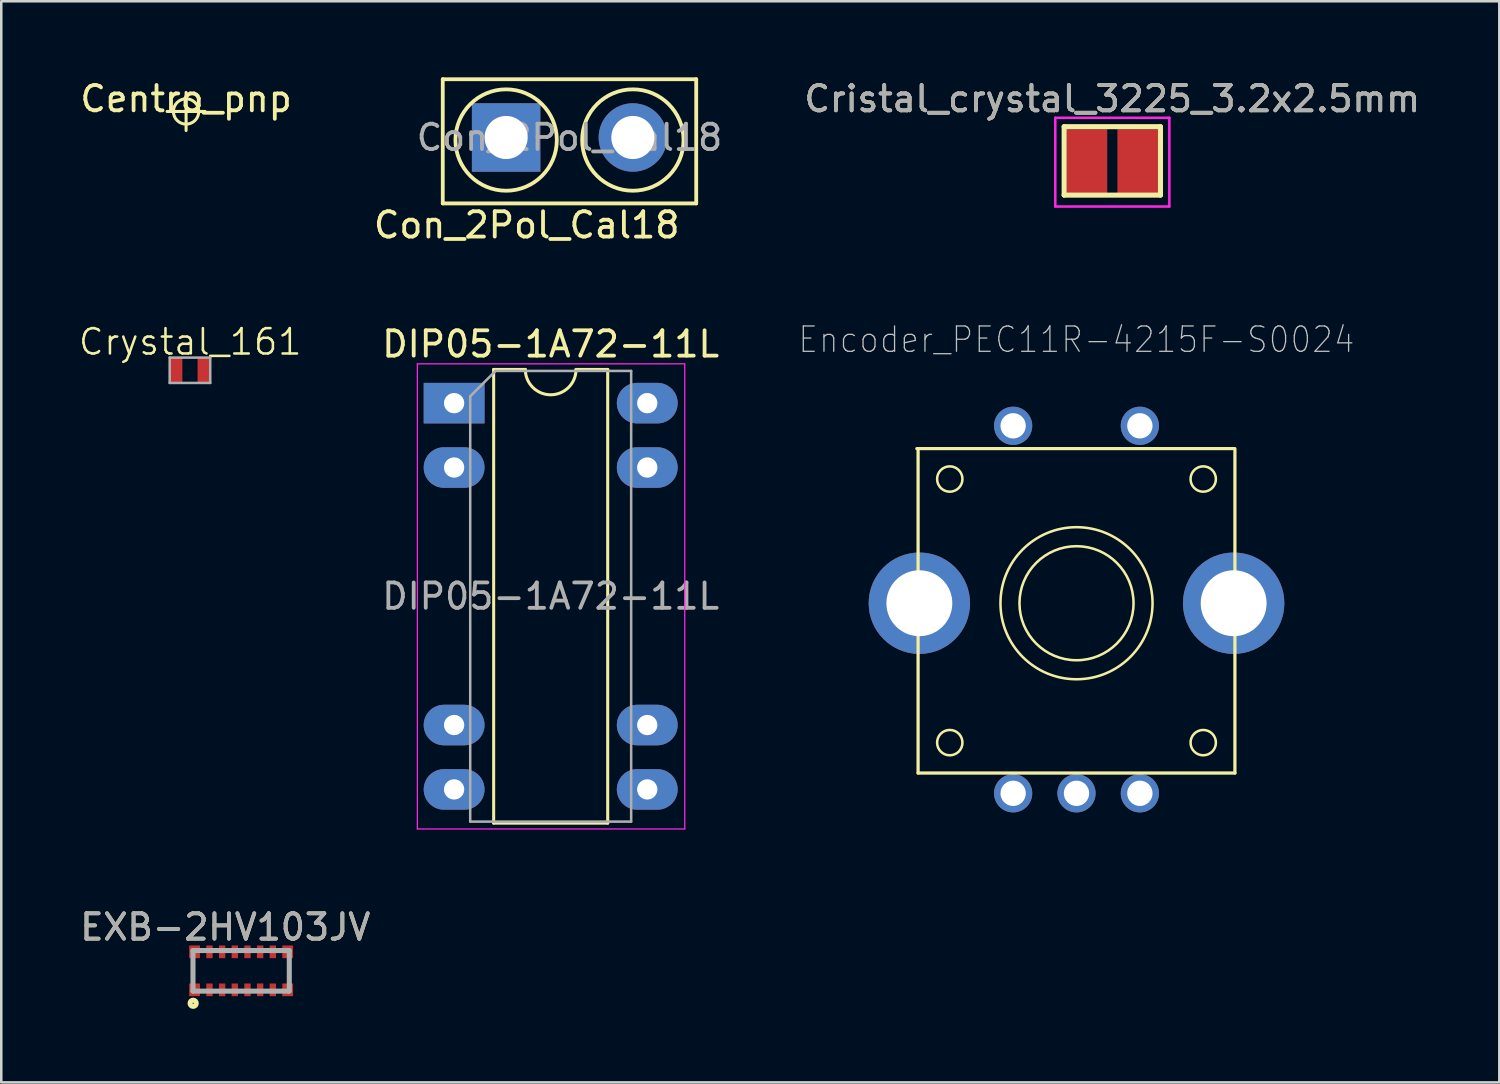
<source format=kicad_pcb>
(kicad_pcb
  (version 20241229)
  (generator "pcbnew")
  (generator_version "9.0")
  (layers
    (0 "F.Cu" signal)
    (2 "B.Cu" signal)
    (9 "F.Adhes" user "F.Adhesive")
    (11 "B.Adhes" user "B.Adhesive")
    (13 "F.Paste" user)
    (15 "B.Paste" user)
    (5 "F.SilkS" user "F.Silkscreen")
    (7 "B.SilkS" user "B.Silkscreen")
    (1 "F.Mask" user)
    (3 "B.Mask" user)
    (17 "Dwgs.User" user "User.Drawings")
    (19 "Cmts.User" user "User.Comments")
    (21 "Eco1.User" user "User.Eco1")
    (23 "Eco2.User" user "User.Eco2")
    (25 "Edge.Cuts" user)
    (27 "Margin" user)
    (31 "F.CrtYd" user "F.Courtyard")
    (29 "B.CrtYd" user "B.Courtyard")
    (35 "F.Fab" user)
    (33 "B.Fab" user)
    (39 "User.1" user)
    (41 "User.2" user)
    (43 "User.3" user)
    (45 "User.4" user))
  (footprint "Crystal_161"
    (layer "F.Cu")
    (at 4.445 11.558)
    (property "Reference" "Crystal_161" (at 0.01 -1.12 0) (layer "F.SilkS") (effects (font (size 1 1) (thickness 0.1))))
    (attr smd)
    (fp_line (start -0.8 -0.5) (end 0.8 -0.5) (stroke (width 0.1) (type solid)) (layer "F.Fab"))
    (fp_line (start -0.8 0.5) (end -0.8 -0.5) (stroke (width 0.1) (type solid)) (layer "F.Fab"))
    (fp_line (start 0.8 -0.5) (end 0.8 0.5) (stroke (width 0.1) (type solid)) (layer "F.Fab"))
    (fp_line (start 0.8 0.5) (end -0.8 0.5) (stroke (width 0.1) (type solid)) (layer "F.Fab"))
    (pad "1" smd rect (at -0.55 0) (size 0.5 1) (layers "F.Cu" "F.Mask" "F.Paste"))
    (pad "2" smd rect (at 0.55 0) (size 0.5 1) (layers "F.Cu" "F.Mask" "F.Paste")))
  (footprint "DIP05-1A72-11L"
    (layer "F.Cu")
    (at 14.867 12.856)
    (property "Reference" "DIP05-1A72-11L" (at 3.81 -2.33 0) (layer "F.SilkS") (effects (font (size 1 1) (thickness 0.15))))
    (attr through_hole)
    (fp_line (start 1.56 -1.33) (end 1.56 16.57) (stroke (width 0.12) (type solid)) (layer "F.SilkS"))
    (fp_line (start 1.56 16.57) (end 6.06 16.57) (stroke (width 0.12) (type solid)) (layer "F.SilkS"))
    (fp_line (start 2.81 -1.33) (end 1.56 -1.33) (stroke (width 0.12) (type solid)) (layer "F.SilkS"))
    (fp_line (start 6.06 -1.33) (end 4.81 -1.33) (stroke (width 0.12) (type solid)) (layer "F.SilkS"))
    (fp_line (start 6.06 16.57) (end 6.06 -1.33) (stroke (width 0.12) (type solid)) (layer "F.SilkS"))
    (fp_arc (start 4.81 -1.33) (mid 3.81 -0.33) (end 2.81 -1.33) (stroke (width 0.12) (type solid)) (layer "F.SilkS"))
    (fp_line (start -1.45 -1.55) (end -1.45 16.8) (stroke (width 0.05) (type solid)) (layer "F.CrtYd"))
    (fp_line (start -1.45 16.8) (end 9.1 16.8) (stroke (width 0.05) (type solid)) (layer "F.CrtYd"))
    (fp_line (start 9.1 -1.55) (end -1.45 -1.55) (stroke (width 0.05) (type solid)) (layer "F.CrtYd"))
    (fp_line (start 9.1 16.8) (end 9.1 -1.55) (stroke (width 0.05) (type solid)) (layer "F.CrtYd"))
    (fp_line (start 0.635 -0.27) (end 1.635 -1.27) (stroke (width 0.1) (type solid)) (layer "F.Fab"))
    (fp_line (start 0.635 16.51) (end 0.635 -0.27) (stroke (width 0.1) (type solid)) (layer "F.Fab"))
    (fp_line (start 1.635 -1.27) (end 6.985 -1.27) (stroke (width 0.1) (type solid)) (layer "F.Fab"))
    (fp_line (start 6.985 -1.27) (end 6.985 16.51) (stroke (width 0.1) (type solid)) (layer "F.Fab"))
    (fp_line (start 6.985 16.51) (end 0.635 16.51) (stroke (width 0.1) (type solid)) (layer "F.Fab"))
    (fp_text user "${REFERENCE}" (at 3.81 7.62 0) (layer "F.Fab") (effects (font (size 1 1) (thickness 0.15))))
    (pad "1" thru_hole rect (at 0 0) (size 2.4 1.6) (drill 0.8) (layers "*.Cu" "*.Mask"))
    (pad "2" thru_hole oval (at 0 2.54) (size 2.4 1.6) (drill 0.8) (layers "*.Cu" "*.Mask"))
    (pad "6" thru_hole oval (at 0 12.7) (size 2.4 1.6) (drill 0.8) (layers "*.Cu" "*.Mask"))
    (pad "7" thru_hole oval (at 0 15.24) (size 2.4 1.6) (drill 0.8) (layers "*.Cu" "*.Mask"))
    (pad "8" thru_hole oval (at 7.62 15.24) (size 2.4 1.6) (drill 0.8) (layers "*.Cu" "*.Mask"))
    (pad "9" thru_hole oval (at 7.62 12.7) (size 2.4 1.6) (drill 0.8) (layers "*.Cu" "*.Mask"))
    (pad "13" thru_hole oval (at 7.62 2.54) (size 2.4 1.6) (drill 0.8) (layers "*.Cu" "*.Mask"))
    (pad "14" thru_hole oval (at 7.62 0) (size 2.4 1.6) (drill 0.8) (layers "*.Cu" "*.Mask")))
  (footprint "Con_2Pol_Cal18"
    (layer "F.Cu")
    (at 16.919 2.375)
    (property "Reference" "Con_2Pol_Cal18" (at 0.813 3.454 0) (layer "F.SilkS") (effects (font (size 1 1) (thickness 0.15))))
    (attr through_hole)
    (fp_line (start -2.5 -2.3) (end -2.5 2.6) (stroke (width 0.15) (type solid)) (layer "F.SilkS"))
    (fp_line (start -2.5 -2.3) (end 7.5 -2.3) (stroke (width 0.15) (type solid)) (layer "F.SilkS"))
    (fp_line (start -2.5 2.6) (end 7.5 2.6) (stroke (width 0.15) (type solid)) (layer "F.SilkS"))
    (fp_line (start 7.5 -2.3) (end 7.5 2.6) (stroke (width 0.15) (type solid)) (layer "F.SilkS"))
    (fp_circle (center 0 0.1) (end 2 0.1) (stroke (width 0.15) (type solid)) (fill no) (layer "F.SilkS"))
    (fp_circle (center 5 0.1) (end 3 0.1) (stroke (width 0.15) (type solid)) (fill no) (layer "F.SilkS"))
    (fp_text user "${REFERENCE}" (at 2.5 0 0) (layer "F.Fab") (effects (font (size 1 1) (thickness 0.15))))
    (pad "1" thru_hole rect (at 0 0) (size 2.7 2.7) (drill 1.7) (layers "*.Cu" "*.Mask"))
    (pad "2" thru_hole circle (at 5 0) (size 2.7 2.7) (drill 1.7) (layers "*.Cu" "*.Mask")))
  (footprint "Centro_pnp"
    (layer "F.Cu")
    (at 4.292 1.348)
    (property "Reference" "Centro_pnp" (at 0 -0.5 0) (unlocked yes) (layer "F.SilkS") (effects (font (size 1 1) (thickness 0.15))))
    (attr smd)
    (fp_line (start -0.75 0) (end 0.75 0) (stroke (width 0.12) (type solid)) (layer "F.SilkS"))
    (fp_line (start 0 -0.75) (end 0 0.75) (stroke (width 0.12) (type solid)) (layer "F.SilkS"))
    (fp_circle (center 0 0) (end 0.5 0) (stroke (width 0.12) (type solid)) (fill no) (layer "F.SilkS")))
  (footprint "EXB-2HV103JV"
    (layer "F.Cu")
    (at 6.464 35.254)
    (property "Reference" "EXB-2HV103JV" (at -0.625 -1.725 0) (layer "F.SilkS") (effects (font (size 1 1) (thickness 0.15))))
    (attr smd)
    (fp_circle (center -1.893 1.28) (end -1.893 1.302) (stroke (width 0.2) (type solid)) (fill no) (layer "F.SilkS"))
    (fp_line (start -1.9 -0.8) (end 1.9 -0.8) (stroke (width 0.2) (type solid)) (layer "F.Fab"))
    (fp_line (start -1.9 0.8) (end -1.9 -0.8) (stroke (width 0.2) (type solid)) (layer "F.Fab"))
    (fp_line (start 1.9 -0.8) (end 1.9 0.8) (stroke (width 0.2) (type solid)) (layer "F.Fab"))
    (fp_line (start 1.9 0.8) (end -1.9 0.8) (stroke (width 0.2) (type solid)) (layer "F.Fab"))
    (fp_text user "${REFERENCE}" (at -0.625 -1.725 0) (layer "F.Fab") (effects (font (size 1 1) (thickness 0.15))))
    (pad "1" smd rect (at -1.837 0.75) (size 0.425 0.5) (layers "F.Cu" "F.Mask" "F.Paste"))
    (pad "2" smd rect (at -1.25 0.75) (size 0.25 0.5) (layers "F.Cu" "F.Mask" "F.Paste"))
    (pad "3" smd rect (at -0.75 0.75) (size 0.25 0.5) (layers "F.Cu" "F.Mask" "F.Paste"))
    (pad "4" smd rect (at -0.25 0.75) (size 0.25 0.5) (layers "F.Cu" "F.Mask" "F.Paste"))
    (pad "5" smd rect (at 0.25 0.75) (size 0.25 0.5) (layers "F.Cu" "F.Mask" "F.Paste"))
    (pad "6" smd rect (at 0.75 0.75) (size 0.25 0.5) (layers "F.Cu" "F.Mask" "F.Paste"))
    (pad "7" smd rect (at 1.25 0.75) (size 0.25 0.5) (layers "F.Cu" "F.Mask" "F.Paste"))
    (pad "8" smd rect (at 1.837 0.75) (size 0.425 0.5) (layers "F.Cu" "F.Mask" "F.Paste"))
    (pad "9" smd rect (at 1.837 -0.75) (size 0.425 0.5) (layers "F.Cu" "F.Mask" "F.Paste"))
    (pad "10" smd rect (at 1.25 -0.75) (size 0.25 0.5) (layers "F.Cu" "F.Mask" "F.Paste"))
    (pad "11" smd rect (at 0.75 -0.75) (size 0.25 0.5) (layers "F.Cu" "F.Mask" "F.Paste"))
    (pad "12" smd rect (at 0.25 -0.75) (size 0.25 0.5) (layers "F.Cu" "F.Mask" "F.Paste"))
    (pad "13" smd rect (at -0.25 -0.75) (size 0.25 0.5) (layers "F.Cu" "F.Mask" "F.Paste"))
    (pad "14" smd rect (at -0.75 -0.75) (size 0.25 0.5) (layers "F.Cu" "F.Mask" "F.Paste"))
    (pad "15" smd rect (at -1.25 -0.75) (size 0.25 0.5) (layers "F.Cu" "F.Mask" "F.Paste"))
    (pad "16" smd rect (at -1.837 -0.75) (size 0.425 0.5) (layers "F.Cu" "F.Mask" "F.Paste")))
  (footprint "Cristal_crystal_3225_3.2x2.5mm"
    (layer "F.Cu")
    (at 40.836 3.348)
    (property "Reference" "Cristal_crystal_3225_3.2x2.5mm" (at 0 -2.5 0) (layer "F.SilkS") (effects (font (size 1 1) (thickness 0.15))))
    (attr smd)
    (fp_line (start -1.9 -1.4) (end 1.9 -1.4) (stroke (width 0.2) (type solid)) (layer "F.SilkS"))
    (fp_line (start -1.9 1.3) (end -1.9 -1.4) (stroke (width 0.2) (type solid)) (layer "F.SilkS"))
    (fp_line (start 1.9 -1.4) (end 1.9 1.3) (stroke (width 0.2) (type solid)) (layer "F.SilkS"))
    (fp_line (start 1.9 1.3) (end -1.9 1.3) (stroke (width 0.2) (type solid)) (layer "F.SilkS"))
    (fp_line (start -2.25 -1.75) (end 2.25 -1.75) (stroke (width 0.1) (type solid)) (layer "F.CrtYd"))
    (fp_line (start -2.25 1.75) (end -2.25 -1.75) (stroke (width 0.1) (type solid)) (layer "F.CrtYd"))
    (fp_line (start 2.25 -1.75) (end 2.25 1.75) (stroke (width 0.1) (type solid)) (layer "F.CrtYd"))
    (fp_line (start 2.25 1.75) (end -2.25 1.75) (stroke (width 0.1) (type solid)) (layer "F.CrtYd"))
    (fp_text user "${REFERENCE}" (at 0 -2.5 0) (layer "F.Fab") (effects (font (size 1 1) (thickness 0.15))))
    (pad "1" smd rect (at -1 0) (size 1.6 2.6) (layers "F.Cu" "F.Mask" "F.Paste"))
    (pad "2" smd rect (at 1 0) (size 1.6 2.6) (layers "F.Cu" "F.Mask" "F.Paste")))
  (footprint "Encoder_PEC11R-4215F-S0024"
    (layer "F.Cu")
    (at 39.423 20.75)
    (property "Reference" "Encoder_PEC11R-4215F-S0024" (at 0 -10.4 0) (layer "Dwgs.User") (effects (font (size 1 0.9) (thickness 0.05))))
    (attr through_hole)
    (fp_line (start -6.25 -6.1) (end -6.25 6.7) (stroke (width 0.127) (type solid)) (layer "F.SilkS"))
    (fp_line (start -6.25 6.7) (end 6.25 6.7) (stroke (width 0.127) (type solid)) (layer "F.SilkS"))
    (fp_line (start 6.2 -6.1) (end -6.3 -6.1) (stroke (width 0.127) (type solid)) (layer "F.SilkS"))
    (fp_line (start 6.25 6.7) (end 6.25 -6.1) (stroke (width 0.127) (type solid)) (layer "F.SilkS"))
    (fp_circle (center -5 -4.9) (end -4.5 -4.9) (stroke (width 0.1) (type solid)) (fill no) (layer "F.SilkS"))
    (fp_circle (center -5 5.5) (end -4.5 5.5) (stroke (width 0.1) (type solid)) (fill no) (layer "F.SilkS"))
    (fp_circle (center 0 0) (end 2.25 0) (stroke (width 0.1) (type solid)) (fill no) (layer "F.SilkS"))
    (fp_circle (center 0 0) (end 3 0) (stroke (width 0.1) (type solid)) (fill no) (layer "F.SilkS"))
    (fp_circle (center 5 -4.9) (end 5.5 -4.9) (stroke (width 0.1) (type solid)) (fill no) (layer "F.SilkS"))
    (fp_circle (center 5 5.5) (end 5.5 5.5) (stroke (width 0.1) (type solid)) (fill no) (layer "F.SilkS"))
    (pad "" thru_hole circle (at -6.2 0) (size 4 4) (drill 2.6) (layers "*.Cu" "*.Mask"))
    (pad "" thru_hole circle (at 6.2 0) (size 4 4) (drill 2.6) (layers "*.Cu" "*.Mask"))
    (pad "1" thru_hole circle (at -2.5 7.5) (size 1.508 1.508) (drill 1) (layers "*.Cu" "*.Mask"))
    (pad "2" thru_hole circle (at 0 7.5) (size 1.508 1.508) (drill 1) (layers "*.Cu" "*.Mask"))
    (pad "3" thru_hole circle (at 2.5 7.5) (size 1.508 1.508) (drill 1) (layers "*.Cu" "*.Mask"))
    (pad "4" thru_hole circle (at 2.5 -7) (size 1.508 1.508) (drill 1) (layers "*.Cu" "*.Mask"))
    (pad "5" thru_hole circle (at -2.5 -7) (size 1.508 1.508) (drill 1) (layers "*.Cu" "*.Mask")))
  (gr_rect
    (start -3 -3)
    (end 56.104 39.656)
    (stroke (width 0.1) (type default))
    (fill no)
    (layer "Edge.Cuts")))
</source>
